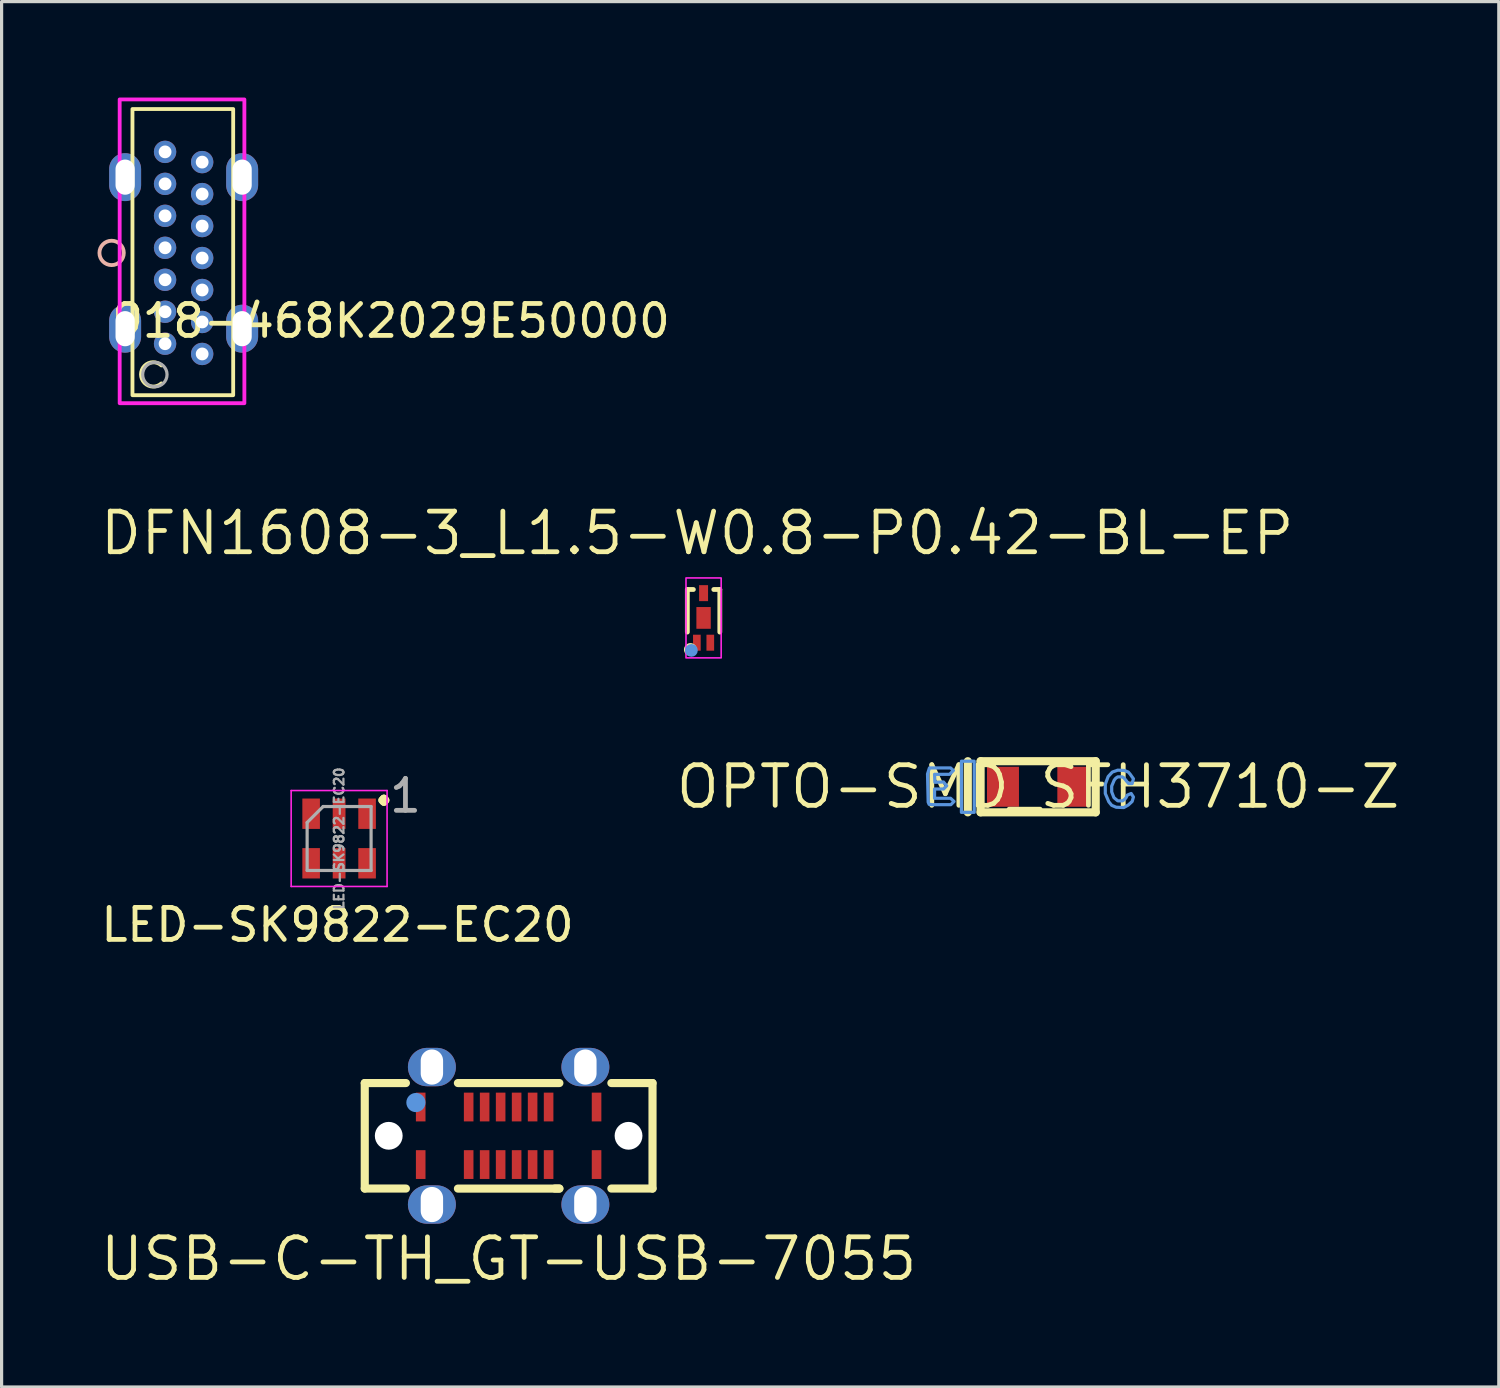
<source format=kicad_pcb>
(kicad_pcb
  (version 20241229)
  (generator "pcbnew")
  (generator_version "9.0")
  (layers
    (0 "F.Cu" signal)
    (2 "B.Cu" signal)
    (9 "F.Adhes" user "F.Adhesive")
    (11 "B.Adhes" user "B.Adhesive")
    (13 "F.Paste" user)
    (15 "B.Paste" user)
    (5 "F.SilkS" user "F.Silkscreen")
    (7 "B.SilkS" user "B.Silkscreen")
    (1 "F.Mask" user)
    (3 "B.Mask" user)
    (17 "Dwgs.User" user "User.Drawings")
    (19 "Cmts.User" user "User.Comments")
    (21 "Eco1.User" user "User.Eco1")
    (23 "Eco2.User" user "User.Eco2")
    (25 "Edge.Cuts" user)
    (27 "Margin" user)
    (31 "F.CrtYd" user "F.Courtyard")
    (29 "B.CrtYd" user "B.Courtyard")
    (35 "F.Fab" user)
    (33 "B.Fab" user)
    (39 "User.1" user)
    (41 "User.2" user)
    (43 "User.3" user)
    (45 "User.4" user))
  (footprint "DFN1608-3_L1.5-W0.8-P0.42-BL-EP"
    (layer "F.Cu")
    (at 18.955 16.276)
    (property "Reference" "DFN1608-3_L1.5-W0.8-P0.42-BL-EP" (at -0.2 -2.65 0) (layer "F.SilkS") (effects (font (size 1.27 1.27) (thickness 0.15))))
    (attr smd)
    (fp_line (start -0.508 -0.889) (end -0.508 0.443) (stroke (width 0.15) (type solid)) (layer "F.SilkS"))
    (fp_line (start -0.319 -0.889) (end -0.508 -0.889) (stroke (width 0.15) (type solid)) (layer "F.SilkS"))
    (fp_line (start 0.508 -0.889) (end 0.319 -0.889) (stroke (width 0.15) (type solid)) (layer "F.SilkS"))
    (fp_line (start 0.508 0.444) (end 0.508 -0.889) (stroke (width 0.15) (type solid)) (layer "F.SilkS"))
    (fp_circle (center -0.412 0.989) (end -0.285 0.989) (stroke (width 0.15) (type solid)) (fill no) (layer "F.SilkS"))
    (fp_circle (center -0.381 1.016) (end -0.281 1.016) (stroke (width 0.2) (type solid)) (fill no) (layer "Cmts.User"))
    (fp_rect (start 0.55 -1.25) (end -0.55 1.25) (stroke (width 0.05) (type default)) (fill no) (layer "F.CrtYd"))
    (fp_text user "" (at 0 0 0) (layer "Cmts.User") (effects (font (size 1 1) (thickness 0.15))))
    (pad "1" smd rect (at -0.21 0.775) (size 0.24 0.5) (layers "F.Cu" "F.Mask" "F.Paste"))
    (pad "2" smd rect (at 0 -0.775) (size 0.28 0.5) (layers "F.Cu" "F.Mask" "F.Paste"))
    (pad "3" smd rect (at 0.21 0.775) (size 0.24 0.5) (layers "F.Cu" "F.Mask" "F.Paste"))
    (pad "4" smd rect (at 0 0) (size 0.45 0.68) (layers "F.Cu" "F.Mask" "F.Paste")))
  (footprint "OPTO-SMD_SFH3710-Z"
    (layer "F.Cu")
    (at 29.419 21.557)
    (property "Reference" "OPTO-SMD_SFH3710-Z" (at 0 0 0) (layer "F.SilkS") (effects (font (size 1.27 1.27) (thickness 0.15))))
    (attr smd)
    (fp_line (start -2.2 -0.8) (end -2.2 0.8) (stroke (width 0.254) (type solid)) (layer "F.SilkS"))
    (fp_line (start -1.8 -0.8) (end 1.8 -0.8) (stroke (width 0.254) (type solid)) (layer "F.SilkS"))
    (fp_line (start -1.8 0.8) (end -1.8 -0.8) (stroke (width 0.254) (type solid)) (layer "F.SilkS"))
    (fp_line (start 1.8 -0.8) (end 1.8 0.8) (stroke (width 0.254) (type solid)) (layer "F.SilkS"))
    (fp_line (start 1.8 0.8) (end -1.8 0.8) (stroke (width 0.254) (type solid)) (layer "F.SilkS"))
    (fp_poly (pts (xy -2.4 -0.8) (xy -2 -0.8) (xy -2 0.8) (xy -2.4 0.8)) (stroke (width 0.1) (type solid)) (fill no) (layer "Cmts.User"))
    (fp_poly (pts (xy -3.21 -0.39) (xy -2.77 -0.39) (xy -2.65 -0.51) (xy -2.74 -0.59) (xy -3.4 -0.59) (xy -3.46 -0.4) (xy -3.44 0.48) (xy -3.41 0.55) (xy -3.29 0.56) (xy -2.73 0.56) (xy -2.63 0.46) (xy -2.74 0.36) (xy -3.24 0.36) (xy -3.24 0.07) (xy -2.96 0.07) (xy -2.86 -0.03) (xy -2.96 -0.15) (xy -3.23 -0.14) (xy -3.24 -0.39)) (stroke (width 0.1) (type solid)) (fill no) (layer "Cmts.User"))
    (fp_poly (pts (xy 2.83 -0.1) (xy 2.77 -0.17) (xy 2.74 -0.21) (xy 2.68 -0.28) (xy 2.63 -0.31) (xy 2.49 -0.31) (xy 2.43 -0.27) (xy 2.38 -0.21) (xy 2.3 -0.02) (xy 2.3 0.16) (xy 2.37 0.34) (xy 2.49 0.44) (xy 2.64 0.44) (xy 2.71 0.39) (xy 2.75 0.34) (xy 2.79 0.26) (xy 2.91 0.21) (xy 2.98 0.32) (xy 2.94 0.46) (xy 2.82 0.57) (xy 2.68 0.65) (xy 2.44 0.64) (xy 2.3 0.58) (xy 2.21 0.47) (xy 2.1 0.21) (xy 2.1 -0.08) (xy 2.19 -0.32) (xy 2.32 -0.46) (xy 2.49 -0.52) (xy 2.69 -0.51) (xy 2.82 -0.46) (xy 2.88 -0.39) (xy 2.98 -0.25) (xy 2.94 -0.1)) (stroke (width 0.1) (type solid)) (fill no) (layer "Cmts.User"))
    (fp_text user "" (at 0 0 0) (layer "Cmts.User") (effects (font (size 1 1) (thickness 0.15))))
    (pad "1" smd rect (at -1.1 0 180) (size 1 1.25) (layers "F.Cu" "F.Mask" "F.Paste"))
    (pad "2" smd rect (at 1.1 0 180) (size 1 1.25) (layers "F.Cu" "F.Mask" "F.Paste")))
  (footprint "USB-C-TH_GT-USB-7055"
    (layer "F.Cu")
    (at 12.858 32.473)
    (property "Reference" "USB-C-TH_GT-USB-7055" (at 0 3.85 0) (layer "F.SilkS") (effects (font (size 1.27 1.27) (thickness 0.15))))
    (attr smd)
    (fp_line (start -4.5 -1.65) (end -3.213 -1.65) (stroke (width 0.254) (type solid)) (layer "F.SilkS"))
    (fp_line (start -4.5 1.65) (end -4.5 -1.65) (stroke (width 0.254) (type solid)) (layer "F.SilkS"))
    (fp_line (start -3.213 1.65) (end -4.5 1.65) (stroke (width 0.254) (type solid)) (layer "F.SilkS"))
    (fp_line (start -1.587 -1.65) (end 1.587 -1.65) (stroke (width 0.254) (type solid)) (layer "F.SilkS"))
    (fp_line (start 1.586 1.651) (end -1.586 1.651) (stroke (width 0.254) (type solid)) (layer "F.SilkS"))
    (fp_line (start 1.587 1.65) (end 1.446 1.65) (stroke (width 0.254) (type solid)) (layer "F.SilkS"))
    (fp_line (start 3.213 -1.65) (end 4.5 -1.65) (stroke (width 0.254) (type solid)) (layer "F.SilkS"))
    (fp_line (start 4.5 -1.65) (end 4.5 1.65) (stroke (width 0.254) (type solid)) (layer "F.SilkS"))
    (fp_line (start 4.5 1.65) (end 3.213 1.65) (stroke (width 0.254) (type solid)) (layer "F.SilkS"))
    (fp_poly (pts (xy -2.898 -1.35) (xy -2.598 -1.35) (xy -2.598 -0.45) (xy -2.898 -0.45)) (stroke (width 0) (type solid)) (fill yes) (layer "F.Paste"))
    (fp_poly (pts (xy -2.898 0.45) (xy -2.598 0.45) (xy -2.598 1.35) (xy -2.898 1.35)) (stroke (width 0) (type solid)) (fill yes) (layer "F.Paste"))
    (fp_poly (pts (xy -1.398 -1.35) (xy -1.098 -1.35) (xy -1.098 -0.45) (xy -1.398 -0.45)) (stroke (width 0) (type solid)) (fill yes) (layer "F.Paste"))
    (fp_poly (pts (xy -1.398 0.45) (xy -1.098 0.45) (xy -1.098 1.35) (xy -1.398 1.35)) (stroke (width 0) (type solid)) (fill yes) (layer "F.Paste"))
    (fp_poly (pts (xy -0.898 -1.35) (xy -0.598 -1.35) (xy -0.598 -0.45) (xy -0.898 -0.45)) (stroke (width 0) (type solid)) (fill yes) (layer "F.Paste"))
    (fp_poly (pts (xy -0.898 0.45) (xy -0.598 0.45) (xy -0.598 1.35) (xy -0.898 1.35)) (stroke (width 0) (type solid)) (fill yes) (layer "F.Paste"))
    (fp_poly (pts (xy -0.398 -1.35) (xy -0.098 -1.35) (xy -0.098 -0.45) (xy -0.398 -0.45)) (stroke (width 0) (type solid)) (fill yes) (layer "F.Paste"))
    (fp_poly (pts (xy -0.398 0.45) (xy -0.098 0.45) (xy -0.098 1.35) (xy -0.398 1.35)) (stroke (width 0) (type solid)) (fill yes) (layer "F.Paste"))
    (fp_poly (pts (xy 0.102 -1.35) (xy 0.402 -1.35) (xy 0.402 -0.45) (xy 0.102 -0.45)) (stroke (width 0) (type solid)) (fill yes) (layer "F.Paste"))
    (fp_poly (pts (xy 0.102 0.45) (xy 0.402 0.45) (xy 0.402 1.35) (xy 0.102 1.35)) (stroke (width 0) (type solid)) (fill yes) (layer "F.Paste"))
    (fp_poly (pts (xy 0.602 -1.35) (xy 0.902 -1.35) (xy 0.902 -0.45) (xy 0.602 -0.45)) (stroke (width 0) (type solid)) (fill yes) (layer "F.Paste"))
    (fp_poly (pts (xy 0.602 0.45) (xy 0.902 0.45) (xy 0.902 1.35) (xy 0.602 1.35)) (stroke (width 0) (type solid)) (fill yes) (layer "F.Paste"))
    (fp_poly (pts (xy 1.102 -1.35) (xy 1.402 -1.35) (xy 1.402 -0.45) (xy 1.102 -0.45)) (stroke (width 0) (type solid)) (fill yes) (layer "F.Paste"))
    (fp_poly (pts (xy 1.102 0.45) (xy 1.402 0.45) (xy 1.402 1.35) (xy 1.102 1.35)) (stroke (width 0) (type solid)) (fill yes) (layer "F.Paste"))
    (fp_poly (pts (xy 2.602 -1.35) (xy 2.902 -1.35) (xy 2.902 -0.45) (xy 2.602 -0.45)) (stroke (width 0) (type solid)) (fill yes) (layer "F.Paste"))
    (fp_poly (pts (xy 2.602 0.45) (xy 2.902 0.45) (xy 2.902 1.35) (xy 2.602 1.35)) (stroke (width 0) (type solid)) (fill yes) (layer "F.Paste"))
    (fp_circle (center -2.9 -1.04) (end -2.75 -1.04) (stroke (width 0.3) (type solid)) (fill no) (layer "Cmts.User"))
    (fp_text user "" (at 0 0 0) (layer "Cmts.User") (effects (font (size 1 1) (thickness 0.15))))
    (pad "" np_thru_hole circle (at -3.75 0) (size 0.87 0.87) (drill 0.87) (layers "*.Cu" "*.Mask"))
    (pad "" np_thru_hole circle (at 3.75 0) (size 0.87 0.87) (drill 0.87) (layers "*.Cu" "*.Mask"))
    (pad "17" thru_hole oval (at -2.4 -2.15) (size 1.5 1.2) (drill oval 0.7 1.1) (layers "*.Cu" "*.Paste" "*.Mask"))
    (pad "17" thru_hole oval (at -2.4 2.15) (size 1.5 1.2) (drill oval 0.7 1.1) (layers "*.Cu" "*.Paste" "*.Mask"))
    (pad "17" thru_hole oval (at 2.4 -2.15) (size 1.5 1.2) (drill oval 0.7 1.1) (layers "*.Cu" "*.Paste" "*.Mask"))
    (pad "17" thru_hole oval (at 2.4 2.15) (size 1.5 1.2) (drill oval 0.7 1.1) (layers "*.Cu" "*.Paste" "*.Mask"))
    (pad "A1" smd rect (at -2.75 -0.9) (size 0.3 0.9) (layers "F.Cu" "F.Mask" "F.Paste"))
    (pad "A4" smd rect (at -1.25 -0.9) (size 0.3 0.9) (layers "F.Cu" "F.Mask" "F.Paste"))
    (pad "A5" smd rect (at -0.75 -0.9) (size 0.3 0.9) (layers "F.Cu" "F.Mask" "F.Paste"))
    (pad "A6" smd rect (at -0.25 -0.9) (size 0.3 0.9) (layers "F.Cu" "F.Mask" "F.Paste"))
    (pad "A7" smd rect (at 0.25 -0.9) (size 0.3 0.9) (layers "F.Cu" "F.Mask" "F.Paste"))
    (pad "A8" smd rect (at 0.75 -0.9) (size 0.3 0.9) (layers "F.Cu" "F.Mask" "F.Paste"))
    (pad "A9" smd rect (at 1.25 -0.9) (size 0.3 0.9) (layers "F.Cu" "F.Mask" "F.Paste"))
    (pad "A12" smd rect (at 2.75 -0.9) (size 0.3 0.9) (layers "F.Cu" "F.Mask" "F.Paste"))
    (pad "B1" smd rect (at 2.75 0.9) (size 0.3 0.9) (layers "F.Cu" "F.Mask" "F.Paste"))
    (pad "B4" smd rect (at 1.25 0.9) (size 0.3 0.9) (layers "F.Cu" "F.Mask" "F.Paste"))
    (pad "B5" smd rect (at 0.75 0.9) (size 0.3 0.9) (layers "F.Cu" "F.Mask" "F.Paste"))
    (pad "B6" smd rect (at 0.25 0.9) (size 0.3 0.9) (layers "F.Cu" "F.Mask" "F.Paste"))
    (pad "B7" smd rect (at -0.25 0.9) (size 0.3 0.9) (layers "F.Cu" "F.Mask" "F.Paste"))
    (pad "B8" smd rect (at -0.75 0.9) (size 0.3 0.9) (layers "F.Cu" "F.Mask" "F.Paste"))
    (pad "B9" smd rect (at -1.25 0.9) (size 0.3 0.9) (layers "F.Cu" "F.Mask" "F.Paste"))
    (pad "B12" smd rect (at -2.75 0.9) (size 0.3 0.9) (layers "F.Cu" "F.Mask" "F.Paste")))
  (footprint "918-468K2029E50000"
    (layer "F.Cu")
    (at 2.693 4.86)
    (property "Reference" "918-468K2029E50000" (at 6.486 2.126 0) (layer "F.SilkS") (effects (font (size 1 1) (thickness 0.15))))
    (attr through_hole)
    (fp_rect (start -1.6 -4.5) (end 1.55 4.45) (stroke (width 0.12) (type solid)) (fill no) (layer "F.SilkS"))
    (fp_arc (start -0.695039 4.081669) (mid -1.3326 3.800001) (end -0.69504 3.51833) (stroke (width 0.12) (type solid)) (layer "F.SilkS"))
    (fp_circle (center -2.252 0) (end -1.871 0) (stroke (width 0.12) (type solid)) (fill no) (layer "B.SilkS"))
    (fp_rect (start -2 -4.8) (end 1.9 4.7) (stroke (width 0.12) (type solid)) (fill no) (layer "F.CrtYd"))
    (fp_circle (center -0.9 3.805) (end -0.519 3.805) (stroke (width 0.1) (type solid)) (fill no) (layer "F.Fab"))
    (pad "A1" thru_hole circle (at -0.58 2.84) (size 0.7 0.7) (drill 0.4) (layers "*.Cu" "*.Mask"))
    (pad "A4" thru_hole circle (at -0.58 1.84) (size 0.7 0.7) (drill 0.4) (layers "*.Cu" "*.Mask"))
    (pad "A5" thru_hole circle (at -0.58 0.84) (size 0.7 0.7) (drill 0.4) (layers "*.Cu" "*.Mask"))
    (pad "A6" thru_hole circle (at -0.58 -0.16) (size 0.7 0.7) (drill 0.4) (layers "*.Cu" "*.Mask"))
    (pad "A7" thru_hole circle (at -0.58 -1.16) (size 0.7 0.7) (drill 0.4) (layers "*.Cu" "*.Mask"))
    (pad "A9" thru_hole circle (at -0.58 -2.16) (size 0.7 0.7) (drill 0.4) (layers "*.Cu" "*.Mask"))
    (pad "A12" thru_hole circle (at -0.58 -3.16) (size 0.7 0.7) (drill 0.4) (layers "*.Cu" "*.Mask"))
    (pad "B1" thru_hole circle (at 0.58 -2.84) (size 0.7 0.7) (drill 0.4) (layers "*.Cu" "*.Mask"))
    (pad "B4" thru_hole circle (at 0.58 -1.84) (size 0.7 0.7) (drill 0.4) (layers "*.Cu" "*.Mask"))
    (pad "B5" thru_hole circle (at 0.58 -0.84) (size 0.7 0.7) (drill 0.4) (layers "*.Cu" "*.Mask"))
    (pad "B6" thru_hole circle (at 0.58 0.16) (size 0.7 0.7) (drill 0.4) (layers "*.Cu" "*.Mask"))
    (pad "B7" thru_hole circle (at 0.58 1.16) (size 0.7 0.7) (drill 0.4) (layers "*.Cu" "*.Mask"))
    (pad "B9" thru_hole circle (at 0.58 2.16) (size 0.7 0.7) (drill 0.4) (layers "*.Cu" "*.Mask"))
    (pad "B12" thru_hole circle (at 0.58 3.16) (size 0.7 0.7) (drill 0.4) (layers "*.Cu" "*.Mask"))
    (pad "S1" thru_hole oval (at -1.83 -2.37) (size 1 1.5) (drill oval 0.6 1.1) (layers "*.Cu" "*.Mask"))
    (pad "S1" thru_hole oval (at -1.83 2.37) (size 1 1.5) (drill oval 0.6 1.1) (layers "*.Cu" "*.Mask"))
    (pad "S1" thru_hole oval (at 1.83 -2.37) (size 1 1.5) (drill oval 0.6 1.1) (layers "*.Cu" "*.Mask"))
    (pad "S1" thru_hole oval (at 1.83 2.37) (size 1 1.5) (drill oval 0.6 1.1) (layers "*.Cu" "*.Mask")))
  (footprint "LED-SK9822-EC20"
    (layer "F.Cu")
    (at 7.556 23.175)
    (property "Reference" "LED-SK9822-EC20" (at -0.05 2.7 0) (layer "F.SilkS") (effects (font (size 1 1) (thickness 0.15))))
    (attr smd)
    (fp_line (start -1.5 1.5) (end -1.5 -1.5) (stroke (width 0.05) (type solid)) (layer "F.CrtYd"))
    (fp_line (start 1.5 -1.5) (end -1.5 -1.5) (stroke (width 0.05) (type solid)) (layer "F.CrtYd"))
    (fp_line (start 1.5 -1.5) (end 1.5 1.5) (stroke (width 0.05) (type solid)) (layer "F.CrtYd"))
    (fp_line (start 1.5 1.5) (end -1.5 1.5) (stroke (width 0.05) (type solid)) (layer "F.CrtYd"))
    (fp_line (start -1 1) (end -1 -0.5) (stroke (width 0.1) (type solid)) (layer "F.Fab"))
    (fp_line (start -0.5 -1) (end -1 -0.5) (stroke (width 0.1) (type solid)) (layer "F.Fab"))
    (fp_line (start -0.5 -1) (end 1 -1) (stroke (width 0.1) (type solid)) (layer "F.Fab"))
    (fp_line (start 1 -1) (end 1 1) (stroke (width 0.1) (type solid)) (layer "F.Fab"))
    (fp_line (start 1 1) (end -1 1) (stroke (width 0.1) (type solid)) (layer "F.Fab"))
    (fp_text user "." (at 1.4 -1.6 180) (layer "F.SilkS") (effects (font (size 1 1) (thickness 0.25) (bold yes))))
    (fp_text user "${REFERENCE}" (at 0 0 270) (layer "F.Fab") (effects (font (size 0.3 0.3) (thickness 0.07))))
    (fp_text user "1" (at 1.5 -0.75 0) (unlocked yes) (layer "F.Fab") (effects (font (size 1 1) (thickness 0.15)) (justify left bottom)))
    (pad "1" smd rect (at 0.875 -0.775) (size 0.55 0.95) (layers "F.Cu" "F.Mask" "F.Paste"))
    (pad "2" smd rect (at 0 -0.775) (size 0.4 0.95) (layers "F.Cu" "F.Mask" "F.Paste"))
    (pad "3" smd rect (at -0.875 -0.775) (size 0.55 0.95) (layers "F.Cu" "F.Mask" "F.Paste"))
    (pad "4" smd rect (at -0.875 0.775) (size 0.55 0.95) (layers "F.Cu" "F.Mask" "F.Paste"))
    (pad "5" smd rect (at 0 0.775) (size 0.4 0.95) (layers "F.Cu" "F.Mask" "F.Paste"))
    (pad "6" smd rect (at 0.875 0.775) (size 0.55 0.95) (layers "F.Cu" "F.Mask" "F.Paste")))
  (gr_rect
    (start -3 -3)
    (end 43.826 40.329)
    (stroke (width 0.1) (type default))
    (fill no)
    (layer "Edge.Cuts")))
</source>
